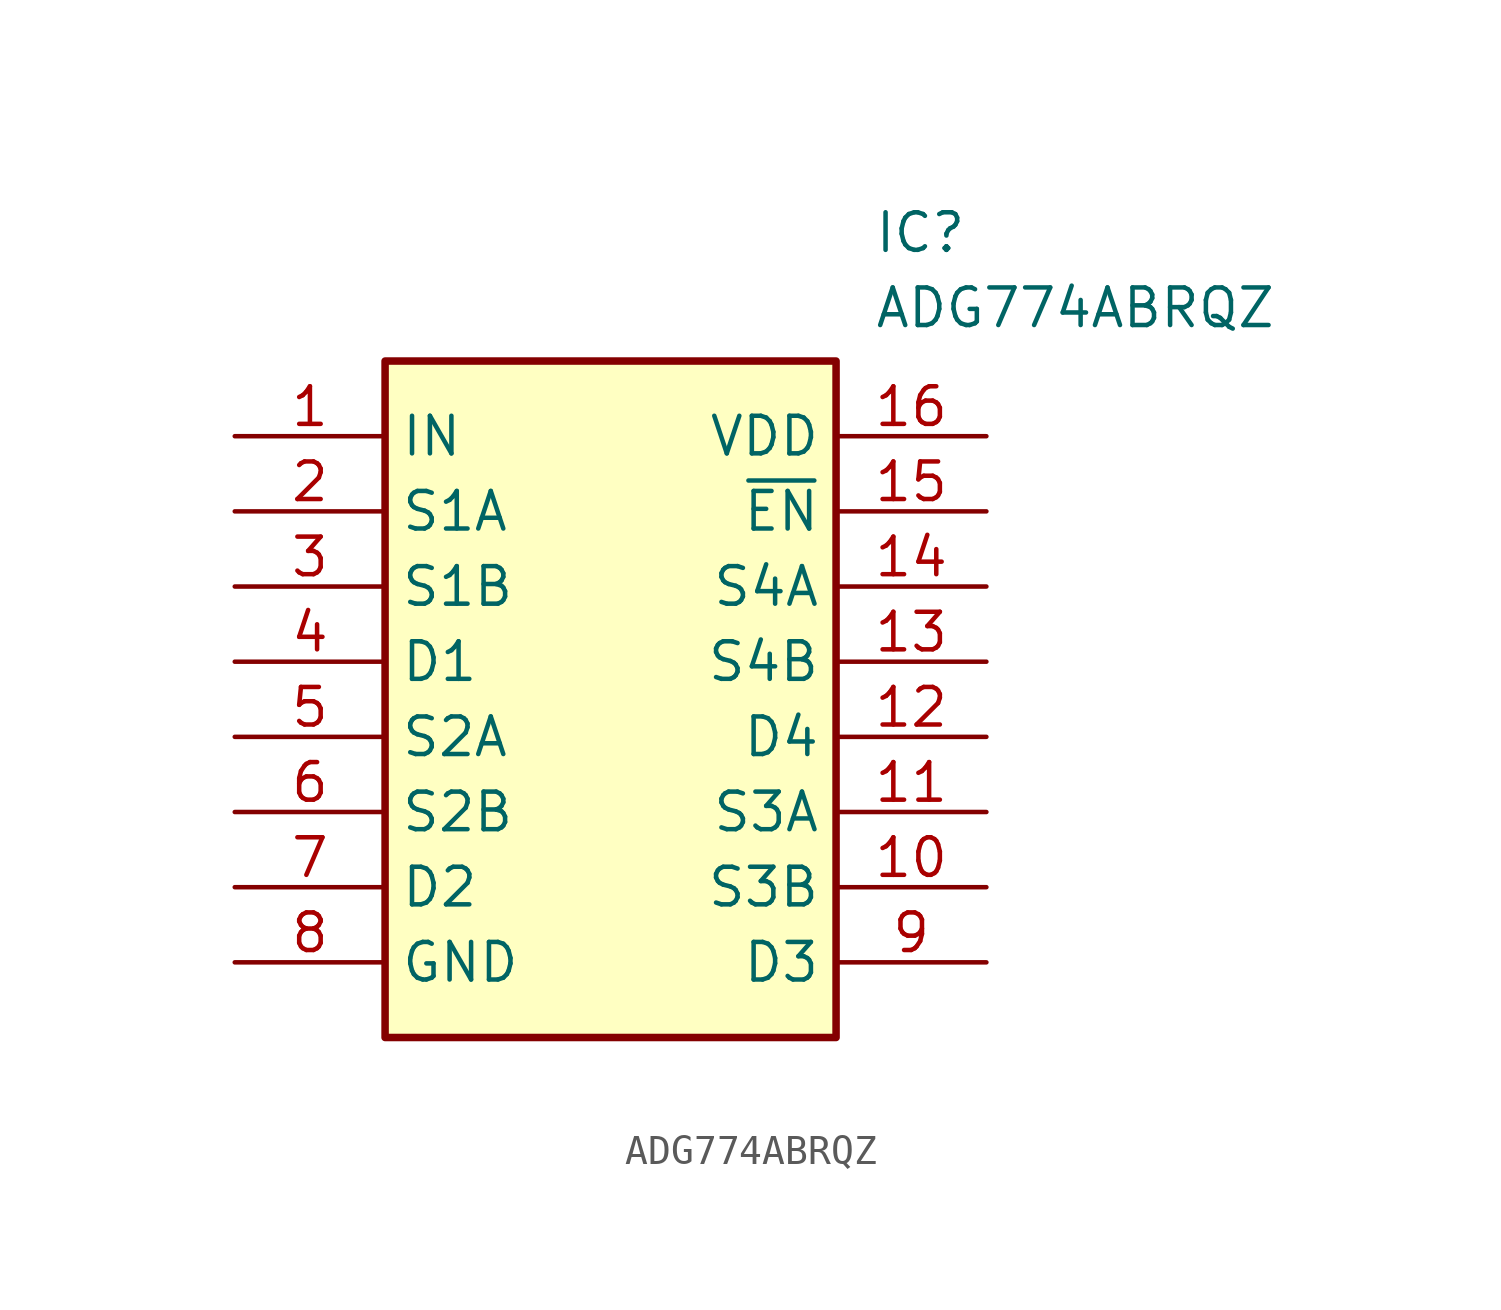
<source format=kicad_sym>
(kicad_symbol_lib
  (version 20211014)
  (generator SamacSys_ECAD_Model)
  (symbol "ADG774ABRQZ"
    (property "Reference" "IC"
      (at 21.59 7.62 0)
      (effects (font (size 1.27 1.27)) (justify left top)))
    (property "Value" "ADG774ABRQZ"
      (at 21.59 5.08 0)
      (effects (font (size 1.27 1.27)) (justify left top)))
    (rectangle
      (start 5.08 2.54)
      (end 20.32 -20.32)
      (stroke (width 0.254) (type default))
      (fill (type background)))
    (pin passive line
      (at 0 0 0)
      (length 5.08)
      (name "IN" (effects (font (size 1.27 1.27))))
      (number "1" (effects (font (size 1.27 1.27)))))
    (pin passive line
      (at 0 -2.54 0)
      (length 5.08)
      (name "S1A" (effects (font (size 1.27 1.27))))
      (number "2" (effects (font (size 1.27 1.27)))))
    (pin passive line
      (at 0 -5.08 0)
      (length 5.08)
      (name "S1B" (effects (font (size 1.27 1.27))))
      (number "3" (effects (font (size 1.27 1.27)))))
    (pin passive line
      (at 0 -7.62 0)
      (length 5.08)
      (name "D1" (effects (font (size 1.27 1.27))))
      (number "4" (effects (font (size 1.27 1.27)))))
    (pin passive line
      (at 0 -10.16 0)
      (length 5.08)
      (name "S2A" (effects (font (size 1.27 1.27))))
      (number "5" (effects (font (size 1.27 1.27)))))
    (pin passive line
      (at 0 -12.7 0)
      (length 5.08)
      (name "S2B" (effects (font (size 1.27 1.27))))
      (number "6" (effects (font (size 1.27 1.27)))))
    (pin passive line
      (at 0 -15.24 0)
      (length 5.08)
      (name "D2" (effects (font (size 1.27 1.27))))
      (number "7" (effects (font (size 1.27 1.27)))))
    (pin passive line
      (at 0 -17.78 0)
      (length 5.08)
      (name "GND" (effects (font (size 1.27 1.27))))
      (number "8" (effects (font (size 1.27 1.27)))))
    (pin passive line
      (at 25.4 0 180)
      (length 5.08)
      (name "VDD" (effects (font (size 1.27 1.27))))
      (number "16" (effects (font (size 1.27 1.27)))))
    (pin passive line
      (at 25.4 -2.54 180)
      (length 5.08)
      (name "~{EN}" (effects (font (size 1.27 1.27))))
      (number "15" (effects (font (size 1.27 1.27)))))
    (pin passive line
      (at 25.4 -5.08 180)
      (length 5.08)
      (name "S4A" (effects (font (size 1.27 1.27))))
      (number "14" (effects (font (size 1.27 1.27)))))
    (pin passive line
      (at 25.4 -7.62 180)
      (length 5.08)
      (name "S4B" (effects (font (size 1.27 1.27))))
      (number "13" (effects (font (size 1.27 1.27)))))
    (pin passive line
      (at 25.4 -10.16 180)
      (length 5.08)
      (name "D4" (effects (font (size 1.27 1.27))))
      (number "12" (effects (font (size 1.27 1.27)))))
    (pin passive line
      (at 25.4 -12.7 180)
      (length 5.08)
      (name "S3A" (effects (font (size 1.27 1.27))))
      (number "11" (effects (font (size 1.27 1.27)))))
    (pin passive line
      (at 25.4 -15.24 180)
      (length 5.08)
      (name "S3B" (effects (font (size 1.27 1.27))))
      (number "10" (effects (font (size 1.27 1.27)))))
    (pin passive line
      (at 25.4 -17.78 180)
      (length 5.08)
      (name "D3" (effects (font (size 1.27 1.27))))
      (number "9" (effects (font (size 1.27 1.27)))))))
</source>
